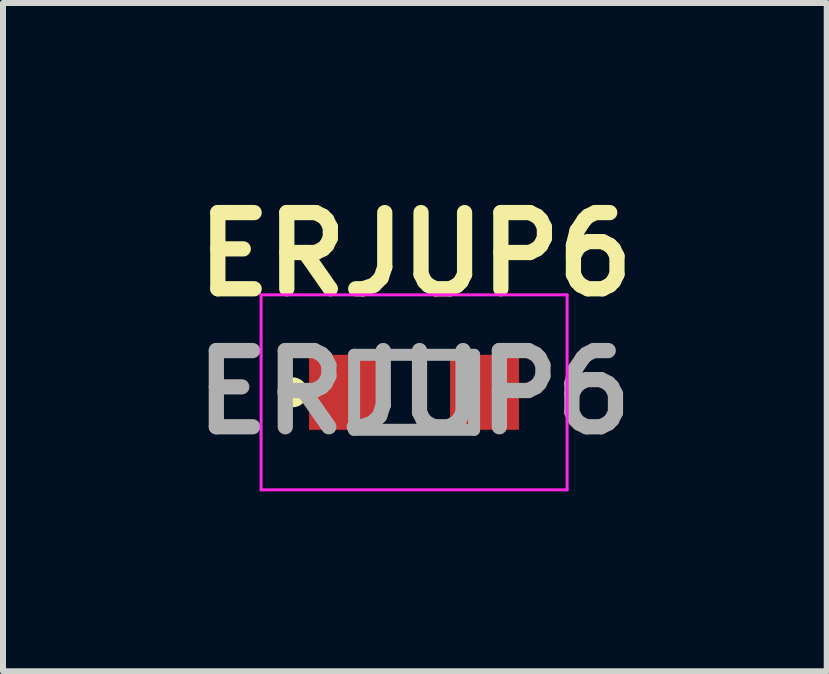
<source format=kicad_pcb>
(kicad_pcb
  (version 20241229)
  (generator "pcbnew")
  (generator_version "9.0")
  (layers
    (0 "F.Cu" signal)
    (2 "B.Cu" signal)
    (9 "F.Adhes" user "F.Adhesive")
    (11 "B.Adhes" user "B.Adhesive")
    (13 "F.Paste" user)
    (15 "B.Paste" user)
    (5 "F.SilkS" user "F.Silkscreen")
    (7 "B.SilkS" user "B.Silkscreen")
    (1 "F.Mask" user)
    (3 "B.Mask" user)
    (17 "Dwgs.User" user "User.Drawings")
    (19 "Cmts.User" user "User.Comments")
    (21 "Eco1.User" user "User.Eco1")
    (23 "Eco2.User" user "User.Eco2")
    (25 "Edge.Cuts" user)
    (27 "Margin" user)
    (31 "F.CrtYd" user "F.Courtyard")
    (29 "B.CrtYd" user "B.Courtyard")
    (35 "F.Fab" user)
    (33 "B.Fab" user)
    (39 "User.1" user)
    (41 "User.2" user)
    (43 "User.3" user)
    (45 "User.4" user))
  (footprint "ERJUP6"
    (layer "F.Cu")
    (at 3.852 3.489)
    (property "Reference" "ERJUP6" (at 0.025 -2.3 0) (layer "F.SilkS") (effects (font (size 1.27 1.27) (thickness 0.254))))
    (attr smd)
    (fp_circle (center -2.025 0) (end -2.025 0.05) (stroke (width 0.2) (type solid)) (fill no) (layer "F.SilkS"))
    (fp_line (start -2.55 -1.625) (end 2.55 -1.625) (stroke (width 0.05) (type solid)) (layer "F.CrtYd"))
    (fp_line (start -2.55 1.625) (end -2.55 -1.625) (stroke (width 0.05) (type solid)) (layer "F.CrtYd"))
    (fp_line (start 2.55 -1.625) (end 2.55 1.625) (stroke (width 0.05) (type solid)) (layer "F.CrtYd"))
    (fp_line (start 2.55 1.625) (end -2.55 1.625) (stroke (width 0.05) (type solid)) (layer "F.CrtYd"))
    (fp_line (start -1 -0.625) (end 1 -0.625) (stroke (width 0.2) (type solid)) (layer "F.Fab"))
    (fp_line (start -1 0.625) (end -1 -0.625) (stroke (width 0.2) (type solid)) (layer "F.Fab"))
    (fp_line (start 1 -0.625) (end 1 0.625) (stroke (width 0.2) (type solid)) (layer "F.Fab"))
    (fp_line (start 1 0.625) (end -1 0.625) (stroke (width 0.2) (type solid)) (layer "F.Fab"))
    (fp_text user "${REFERENCE}" (at 0 0 0) (layer "F.Fab") (effects (font (size 1.27 1.27) (thickness 0.254))))
    (pad "1" smd rect (at -1.175 0) (size 1.15 1.25) (layers "F.Cu" "F.Mask" "F.Paste"))
    (pad "2" smd rect (at 1.175 0) (size 1.15 1.25) (layers "F.Cu" "F.Mask" "F.Paste")))
  (gr_rect
    (start -3 -3)
    (end 10.73 8.139)
    (stroke (width 0.1) (type default))
    (fill no)
    (layer "Edge.Cuts")))
</source>
